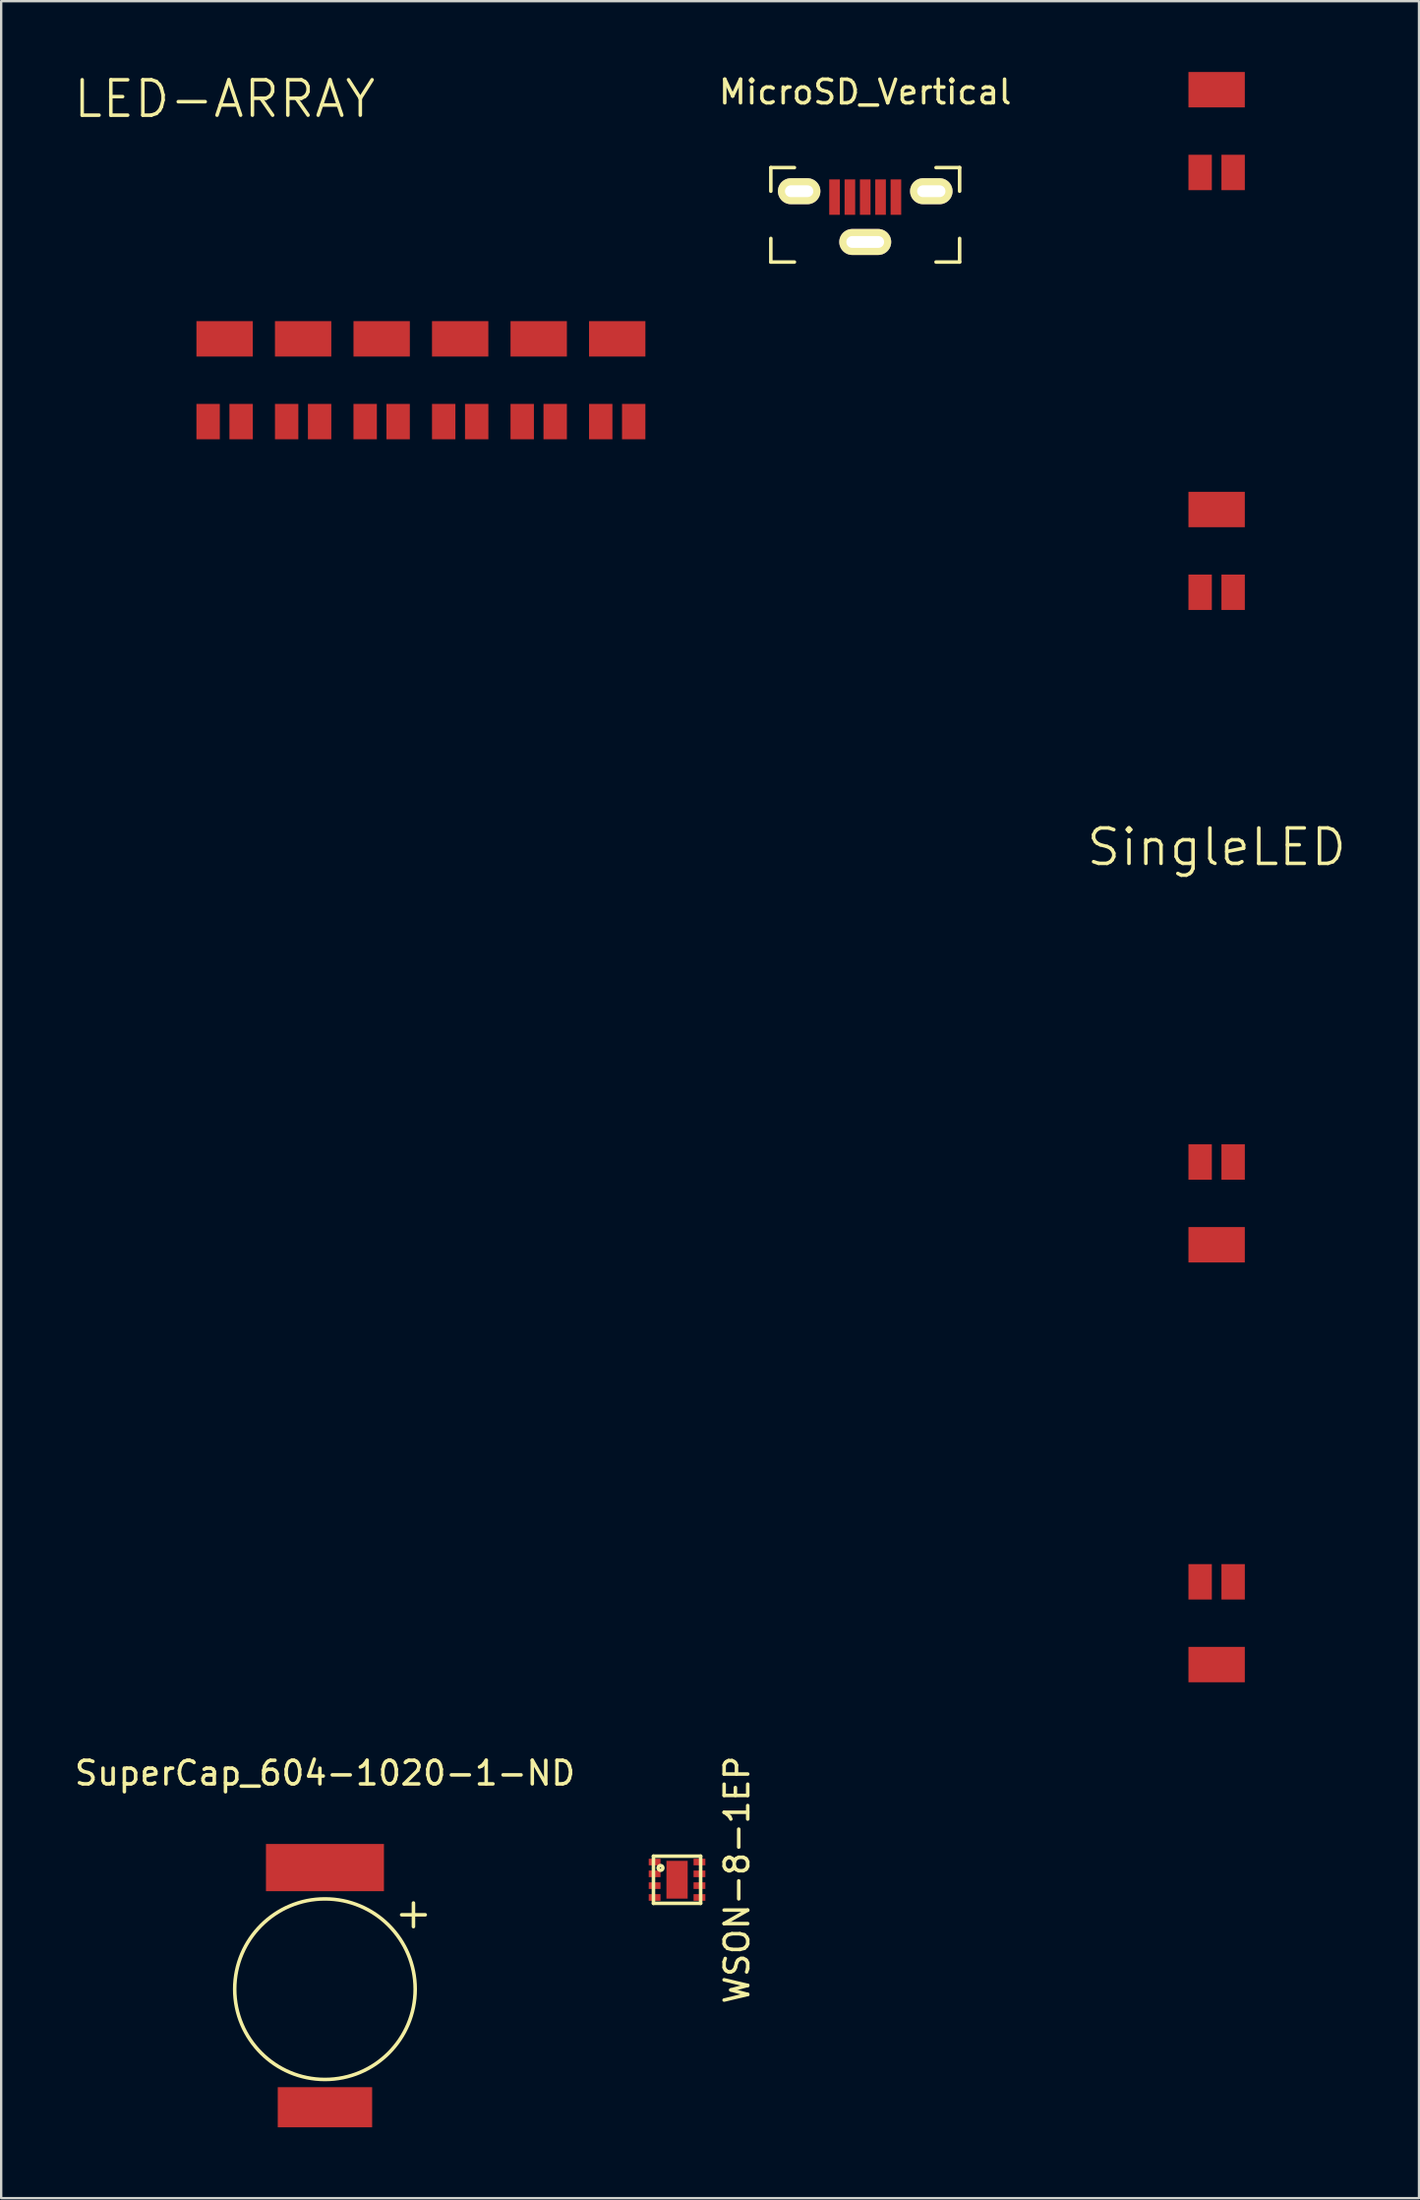
<source format=kicad_pcb>
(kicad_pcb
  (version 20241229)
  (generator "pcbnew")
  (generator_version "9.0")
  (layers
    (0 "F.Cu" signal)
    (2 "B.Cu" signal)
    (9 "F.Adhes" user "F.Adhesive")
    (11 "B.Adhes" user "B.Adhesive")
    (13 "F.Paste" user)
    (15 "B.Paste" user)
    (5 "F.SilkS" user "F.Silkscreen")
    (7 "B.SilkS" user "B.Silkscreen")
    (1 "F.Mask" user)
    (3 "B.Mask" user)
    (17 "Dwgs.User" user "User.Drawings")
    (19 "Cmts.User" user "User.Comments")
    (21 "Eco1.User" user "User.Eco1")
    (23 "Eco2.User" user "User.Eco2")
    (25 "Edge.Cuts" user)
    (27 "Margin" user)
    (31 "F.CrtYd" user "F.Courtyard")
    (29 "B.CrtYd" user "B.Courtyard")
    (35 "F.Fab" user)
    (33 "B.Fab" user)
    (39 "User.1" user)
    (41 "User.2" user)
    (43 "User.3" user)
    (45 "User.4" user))
  (footprint "WSON-8-1EP"
    (layer "F.Cu")
    (at 25.64 76.562)
    (property "Reference" "WSON-8-1EP" (at 2.54 0 90) (layer "F.SilkS") (effects (font (size 1 1) (thickness 0.15))))
    (attr smd)
    (fp_line (start -1 -1) (end 1 -1) (stroke (width 0.15) (type solid)) (layer "F.SilkS"))
    (fp_line (start -1 1) (end -1 -1) (stroke (width 0.15) (type solid)) (layer "F.SilkS"))
    (fp_line (start 1 -1) (end 1 1) (stroke (width 0.15) (type solid)) (layer "F.SilkS"))
    (fp_line (start 1 1) (end -1 1) (stroke (width 0.15) (type solid)) (layer "F.SilkS"))
    (fp_circle (center -0.7 -0.5) (end -0.7 -0.4) (stroke (width 0.15) (type solid)) (fill no) (layer "F.SilkS"))
    (pad "1" smd rect (at -0.95 -0.75 90) (size 0.28 0.5) (layers "F.Cu" "F.Mask" "F.Paste"))
    (pad "2" smd rect (at -0.95 -0.25 90) (size 0.28 0.5) (layers "F.Cu" "F.Mask" "F.Paste"))
    (pad "3" smd rect (at -0.95 0.25 90) (size 0.28 0.5) (layers "F.Cu" "F.Mask" "F.Paste"))
    (pad "4" smd rect (at -0.95 0.75 90) (size 0.28 0.5) (layers "F.Cu" "F.Mask" "F.Paste"))
    (pad "5" smd rect (at 0.95 0.75 90) (size 0.28 0.5) (layers "F.Cu" "F.Mask" "F.Paste"))
    (pad "6" smd rect (at 0.95 0.25 90) (size 0.28 0.5) (layers "F.Cu" "F.Mask" "F.Paste"))
    (pad "7" smd rect (at 0.95 -0.25 90) (size 0.28 0.5) (layers "F.Cu" "F.Mask" "F.Paste"))
    (pad "8" smd rect (at 0.95 -0.75 90) (size 0.28 0.5) (layers "F.Cu" "F.Mask" "F.Paste"))
    (pad "9" smd rect (at 0 0) (size 0.9 1.6) (layers "F.Cu" "F.Mask" "F.Paste")))
  (footprint "MicroSD_Vertical"
    (layer "F.Cu")
    (at 33.614 5.048)
    (property "Reference" "MicroSD_Vertical" (at 0 -4.2 0) (layer "F.SilkS") (effects (font (size 1 1) (thickness 0.15))))
    (attr through_hole)
    (fp_line (start -4 -1) (end -4 0) (stroke (width 0.15) (type solid)) (layer "F.SilkS"))
    (fp_line (start -4 3) (end -4 2) (stroke (width 0.15) (type solid)) (layer "F.SilkS"))
    (fp_line (start -3 -1) (end -4 -1) (stroke (width 0.15) (type solid)) (layer "F.SilkS"))
    (fp_line (start -3 3) (end -4 3) (stroke (width 0.15) (type solid)) (layer "F.SilkS"))
    (fp_line (start 3 -1) (end 4 -1) (stroke (width 0.15) (type solid)) (layer "F.SilkS"))
    (fp_line (start 4 -1) (end 4 0) (stroke (width 0.15) (type solid)) (layer "F.SilkS"))
    (fp_line (start 4 2) (end 4 3) (stroke (width 0.15) (type solid)) (layer "F.SilkS"))
    (fp_line (start 4 3) (end 3 3) (stroke (width 0.15) (type solid)) (layer "F.SilkS"))
    (pad "1" smd rect (at -1.3 0.25) (size 0.45 1.5) (layers "F.Cu" "F.Mask" "F.Paste"))
    (pad "2" smd rect (at -0.65 0.25) (size 0.45 1.5) (layers "F.Cu" "F.Mask" "F.Paste"))
    (pad "3" smd rect (at 0 0.25) (size 0.45 1.5) (layers "F.Cu" "F.Mask" "F.Paste"))
    (pad "4" smd rect (at 0.65 0.25) (size 0.45 1.5) (layers "F.Cu" "F.Mask" "F.Paste"))
    (pad "5" smd rect (at 1.3 0.25) (size 0.45 1.5) (layers "F.Cu" "F.Mask" "F.Paste"))
    (pad "6" thru_hole oval (at 0 2.15) (size 2.2 1.1) (drill oval 1.6 0.5) (layers "*.Cu" "*.Mask" "F.SilkS"))
    (pad "7" thru_hole oval (at -2.8 0) (size 1.8 1.1) (drill oval 1.2 0.5) (layers "*.Cu" "*.Mask" "F.SilkS"))
    (pad "8" thru_hole oval (at 2.8 0) (size 1.8 1.1) (drill oval 1.2 0.5) (layers "*.Cu" "*.Mask" "F.SilkS")))
  (footprint "SingleLED"
    (layer "F.Cu")
    (at 48.505 34.099)
    (property "Reference" "SingleLED" (at 0 -1.27 0) (layer "F.SilkS") (effects (font (size 1.5 1.5) (thickness 0.15))))
    (attr through_hole)
    (pad "1" smd rect (at 0 -33.35) (size 2.388 1.499) (layers "F.Cu" "F.Mask" "F.Paste"))
    (pad "2" smd rect (at -0.699 -29.845) (size 0.991 1.499) (layers "F.Cu" "F.Mask" "F.Paste"))
    (pad "3" smd rect (at 0.699 -29.845) (size 0.991 1.499) (layers "F.Cu" "F.Mask" "F.Paste"))
    (pad "4" smd rect (at 0 -15.57) (size 2.388 1.499) (layers "F.Cu" "F.Mask" "F.Paste"))
    (pad "5" smd rect (at -0.699 -12.065) (size 0.991 1.499) (layers "F.Cu" "F.Mask" "F.Paste"))
    (pad "6" smd rect (at 0.699 -12.065) (size 0.991 1.499) (layers "F.Cu" "F.Mask" "F.Paste"))
    (pad "7" smd rect (at 0 15.57 180) (size 2.388 1.499) (layers "F.Cu" "F.Mask" "F.Paste"))
    (pad "8" smd rect (at 0.699 12.065 180) (size 0.991 1.499) (layers "F.Cu" "F.Mask" "F.Paste"))
    (pad "9" smd rect (at -0.699 12.065 180) (size 0.991 1.499) (layers "F.Cu" "F.Mask" "F.Paste"))
    (pad "10" smd rect (at 0 33.35 180) (size 2.388 1.499) (layers "F.Cu" "F.Mask" "F.Paste"))
    (pad "11" smd rect (at 0.699 29.845 180) (size 0.991 1.499) (layers "F.Cu" "F.Mask" "F.Paste"))
    (pad "12" smd rect (at -0.699 29.845 180) (size 0.991 1.499) (layers "F.Cu" "F.Mask" "F.Paste")))
  (footprint "LED-ARRAY"
    (layer "F.Cu")
    (at 6.468 11.301)
    (property "Reference" "LED-ARRAY" (at 0 -10.16 0) (layer "F.SilkS") (effects (font (size 1.5 1.5) (thickness 0.15))))
    (attr through_hole)
    (pad "1" smd rect (at 0 0) (size 2.388 1.499) (layers "F.Cu" "F.Mask" "F.Paste"))
    (pad "2" smd rect (at -0.699 3.505) (size 0.991 1.499) (layers "F.Cu" "F.Mask" "F.Paste"))
    (pad "3" smd rect (at 0.7 3.505) (size 0.991 1.499) (layers "F.Cu" "F.Mask" "F.Paste"))
    (pad "4" smd rect (at 3.327 0) (size 2.388 1.499) (layers "F.Cu" "F.Mask" "F.Paste"))
    (pad "5" smd rect (at 2.629 3.505) (size 0.991 1.499) (layers "F.Cu" "F.Mask" "F.Paste"))
    (pad "6" smd rect (at 4.026 3.505) (size 0.991 1.499) (layers "F.Cu" "F.Mask" "F.Paste"))
    (pad "7" smd rect (at 6.655 0) (size 2.388 1.499) (layers "F.Cu" "F.Mask" "F.Paste"))
    (pad "8" smd rect (at 5.956 3.505) (size 0.991 1.499) (layers "F.Cu" "F.Mask" "F.Paste"))
    (pad "9" smd rect (at 7.353 3.505) (size 0.991 1.499) (layers "F.Cu" "F.Mask" "F.Paste"))
    (pad "10" smd rect (at 9.982 0) (size 2.388 1.499) (layers "F.Cu" "F.Mask" "F.Paste"))
    (pad "11" smd rect (at 9.284 3.505) (size 0.991 1.499) (layers "F.Cu" "F.Mask" "F.Paste"))
    (pad "12" smd rect (at 10.682 3.505) (size 0.991 1.499) (layers "F.Cu" "F.Mask" "F.Paste"))
    (pad "13" smd rect (at 13.31 0) (size 2.388 1.499) (layers "F.Cu" "F.Mask" "F.Paste"))
    (pad "14" smd rect (at 12.611 3.505) (size 0.991 1.499) (layers "F.Cu" "F.Mask" "F.Paste"))
    (pad "15" smd rect (at 14.008 3.505) (size 0.991 1.499) (layers "F.Cu" "F.Mask" "F.Paste"))
    (pad "16" smd rect (at 16.637 0) (size 2.388 1.499) (layers "F.Cu" "F.Mask" "F.Paste"))
    (pad "17" smd rect (at 15.938 3.505) (size 0.991 1.499) (layers "F.Cu" "F.Mask" "F.Paste"))
    (pad "18" smd rect (at 17.335 3.505) (size 0.991 1.499) (layers "F.Cu" "F.Mask" "F.Paste")))
  (footprint "SuperCap_604-1020-1-ND"
    (layer "F.Cu")
    (at 10.72 76.047)
    (property "Reference" "SuperCap_604-1020-1-ND" (at 0 -4 0) (layer "F.SilkS") (effects (font (size 1 1) (thickness 0.15))))
    (attr through_hole)
    (fp_line (start 3.25 2) (end 4.25 2) (stroke (width 0.15) (type solid)) (layer "F.SilkS"))
    (fp_line (start 3.75 1.5) (end 3.75 2.5) (stroke (width 0.15) (type solid)) (layer "F.SilkS"))
    (fp_circle (center 0 5.15) (end 3.4 3.4) (stroke (width 0.15) (type solid)) (fill no) (layer "F.SilkS"))
    (pad "1" smd rect (at 0 0) (size 5 2) (layers "F.Cu" "F.Mask" "F.Paste"))
    (pad "2" smd rect (at 0 10.15) (size 4 1.7) (layers "F.Cu" "F.Mask" "F.Paste")))
  (gr_rect
    (start -3 -3)
    (end 57.08 90.047)
    (stroke (width 0.1) (type default))
    (fill no)
    (layer "Edge.Cuts")))
</source>
